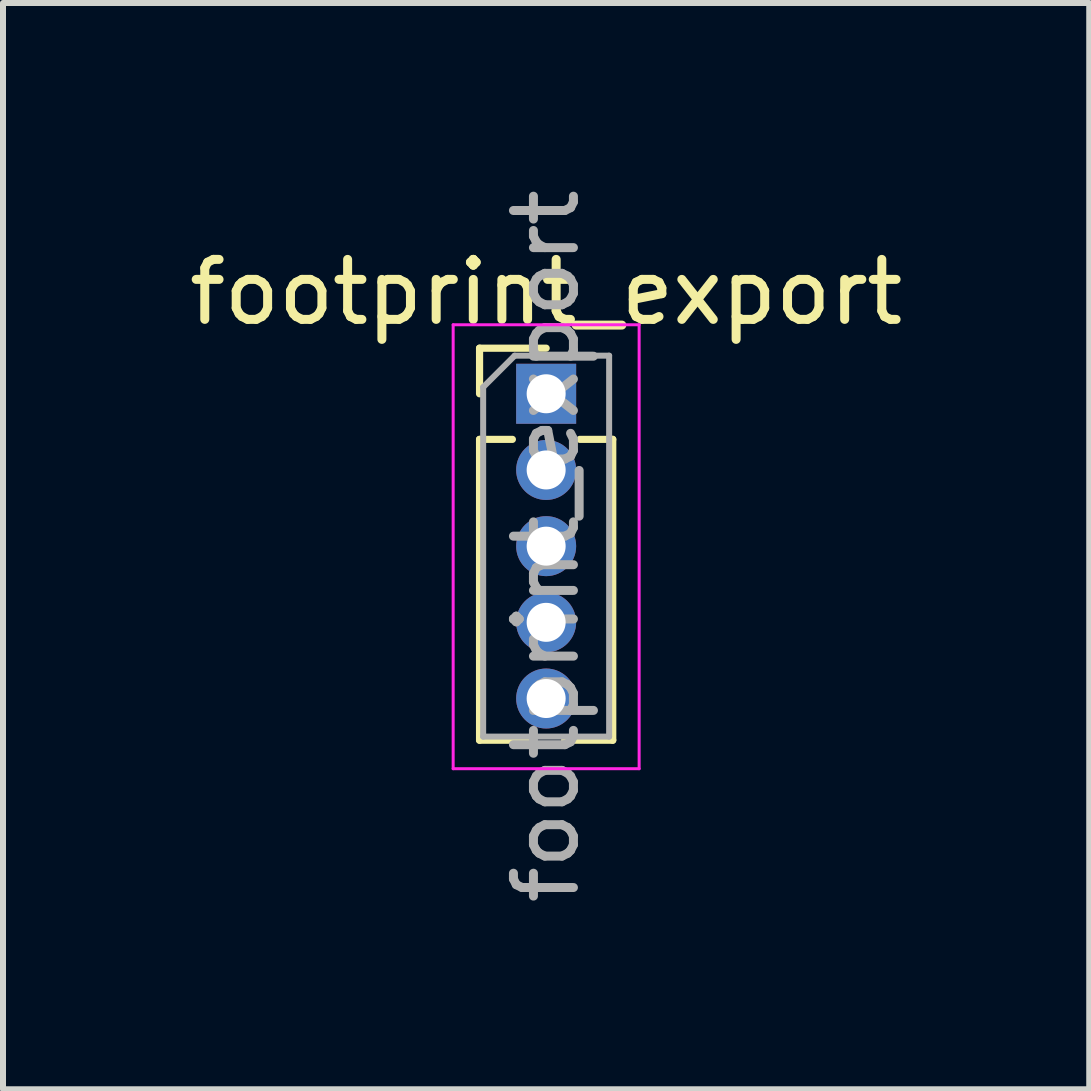
<source format=kicad_pcb>
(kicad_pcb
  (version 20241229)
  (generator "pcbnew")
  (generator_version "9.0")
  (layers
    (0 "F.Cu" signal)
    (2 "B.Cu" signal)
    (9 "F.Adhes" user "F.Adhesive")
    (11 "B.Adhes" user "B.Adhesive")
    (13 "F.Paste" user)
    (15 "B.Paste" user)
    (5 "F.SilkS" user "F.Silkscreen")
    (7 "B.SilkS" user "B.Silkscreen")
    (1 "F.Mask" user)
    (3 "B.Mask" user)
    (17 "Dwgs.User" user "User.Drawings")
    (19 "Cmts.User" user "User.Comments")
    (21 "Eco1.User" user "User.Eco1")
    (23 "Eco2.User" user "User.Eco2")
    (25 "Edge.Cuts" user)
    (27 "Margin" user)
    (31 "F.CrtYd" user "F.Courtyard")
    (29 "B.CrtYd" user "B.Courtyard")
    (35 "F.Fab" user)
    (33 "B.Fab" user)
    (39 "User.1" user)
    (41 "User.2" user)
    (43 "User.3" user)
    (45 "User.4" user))
  (footprint "footprint_export"
    (layer "F.Cu")
    (at 6.054 3.514)
    (property "Reference" "footprint_export" (at 0 -1.695 0) (layer "F.SilkS") (effects (font (size 1 1) (thickness 0.15))))
    (attr through_hole)
    (fp_line (start -1.11 -0.76) (end 0 -0.76) (stroke (width 0.12) (type solid)) (layer "F.SilkS"))
    (fp_line (start -1.11 0) (end -1.11 -0.76) (stroke (width 0.12) (type solid)) (layer "F.SilkS"))
    (fp_line (start -1.11 0.76) (end -1.11 5.775) (stroke (width 0.12) (type solid)) (layer "F.SilkS"))
    (fp_line (start -1.11 0.76) (end -0.563 0.76) (stroke (width 0.12) (type solid)) (layer "F.SilkS"))
    (fp_line (start -1.11 5.775) (end -0.308 5.775) (stroke (width 0.12) (type solid)) (layer "F.SilkS"))
    (fp_line (start 0.308 5.775) (end 1.11 5.775) (stroke (width 0.12) (type solid)) (layer "F.SilkS"))
    (fp_line (start 0.563 0.76) (end 1.11 0.76) (stroke (width 0.12) (type solid)) (layer "F.SilkS"))
    (fp_line (start 1.11 0.76) (end 1.11 5.775) (stroke (width 0.12) (type solid)) (layer "F.SilkS"))
    (fp_line (start -1.55 -1.15) (end -1.55 6.25) (stroke (width 0.05) (type solid)) (layer "F.CrtYd"))
    (fp_line (start -1.55 6.25) (end 1.55 6.25) (stroke (width 0.05) (type solid)) (layer "F.CrtYd"))
    (fp_line (start 1.55 -1.15) (end -1.55 -1.15) (stroke (width 0.05) (type solid)) (layer "F.CrtYd"))
    (fp_line (start 1.55 6.25) (end 1.55 -1.15) (stroke (width 0.05) (type solid)) (layer "F.CrtYd"))
    (fp_line (start -1.05 -0.11) (end -0.525 -0.635) (stroke (width 0.1) (type solid)) (layer "F.Fab"))
    (fp_line (start -1.05 5.715) (end -1.05 -0.11) (stroke (width 0.1) (type solid)) (layer "F.Fab"))
    (fp_line (start -0.525 -0.635) (end 1.05 -0.635) (stroke (width 0.1) (type solid)) (layer "F.Fab"))
    (fp_line (start 1.05 -0.635) (end 1.05 5.715) (stroke (width 0.1) (type solid)) (layer "F.Fab"))
    (fp_line (start 1.05 5.715) (end -1.05 5.715) (stroke (width 0.1) (type solid)) (layer "F.Fab"))
    (fp_text user "${REFERENCE}" (at 0 2.54 90) (layer "F.Fab") (effects (font (size 1 1) (thickness 0.15))))
    (pad "1" thru_hole rect (at 0 0) (size 1 1) (drill 0.65) (layers "*.Cu" "*.Mask"))
    (pad "2" thru_hole oval (at 0 1.27) (size 1 1) (drill 0.65) (layers "*.Cu" "*.Mask"))
    (pad "3" thru_hole oval (at 0 2.54) (size 1 1) (drill 0.65) (layers "*.Cu" "*.Mask"))
    (pad "4" thru_hole oval (at 0 3.81) (size 1 1) (drill 0.65) (layers "*.Cu" "*.Mask"))
    (pad "5" thru_hole oval (at 0 5.08) (size 1 1) (drill 0.65) (layers "*.Cu" "*.Mask")))
  (gr_rect
    (start -3 -3)
    (end 15.107 15.107)
    (stroke (width 0.1) (type default))
    (fill no)
    (layer "Edge.Cuts")))
</source>
